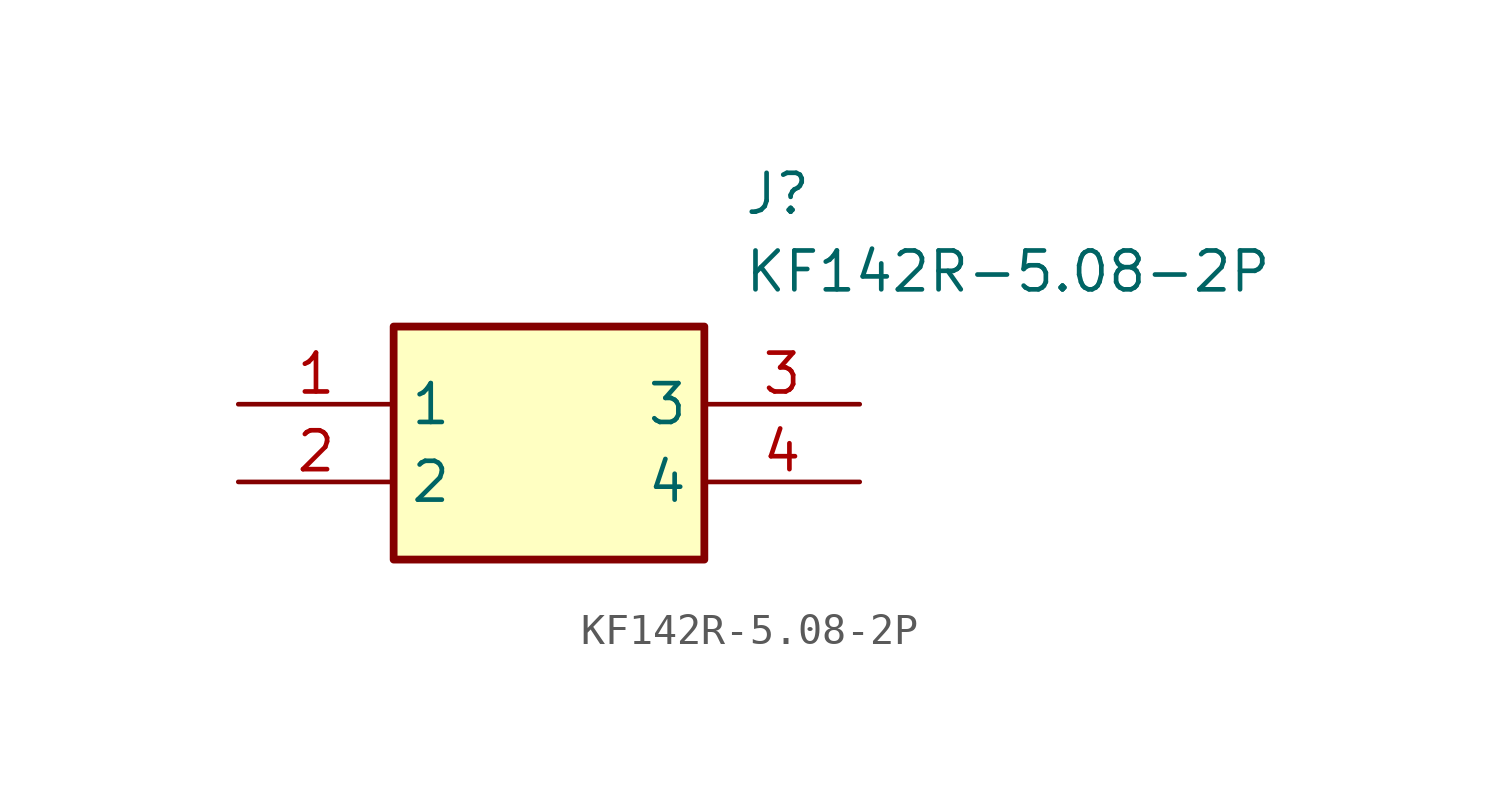
<source format=kicad_sym>
(kicad_symbol_lib
  (version 20211014)
  (generator SamacSys_ECAD_Model)
  (symbol "KF142R-5.08-2P"
    (property "Reference" "J"
      (at 16.51 7.62 0)
      (effects (font (size 1.27 1.27)) (justify left top)))
    (property "Value" "KF142R-5.08-2P"
      (at 16.51 5.08 0)
      (effects (font (size 1.27 1.27)) (justify left top)))
    (rectangle
      (start 5.08 2.54)
      (end 15.24 -5.08)
      (stroke (width 0.254) (type default))
      (fill (type background)))
    (pin passive line
      (at 0 0 0)
      (length 5.08)
      (name "1" (effects (font (size 1.27 1.27))))
      (number "1" (effects (font (size 1.27 1.27)))))
    (pin passive line
      (at 0 -2.54 0)
      (length 5.08)
      (name "2" (effects (font (size 1.27 1.27))))
      (number "2" (effects (font (size 1.27 1.27)))))
    (pin passive line
      (at 20.32 0 180)
      (length 5.08)
      (name "3" (effects (font (size 1.27 1.27))))
      (number "3" (effects (font (size 1.27 1.27)))))
    (pin passive line
      (at 20.32 -2.54 180)
      (length 5.08)
      (name "4" (effects (font (size 1.27 1.27))))
      (number "4" (effects (font (size 1.27 1.27)))))))
</source>
